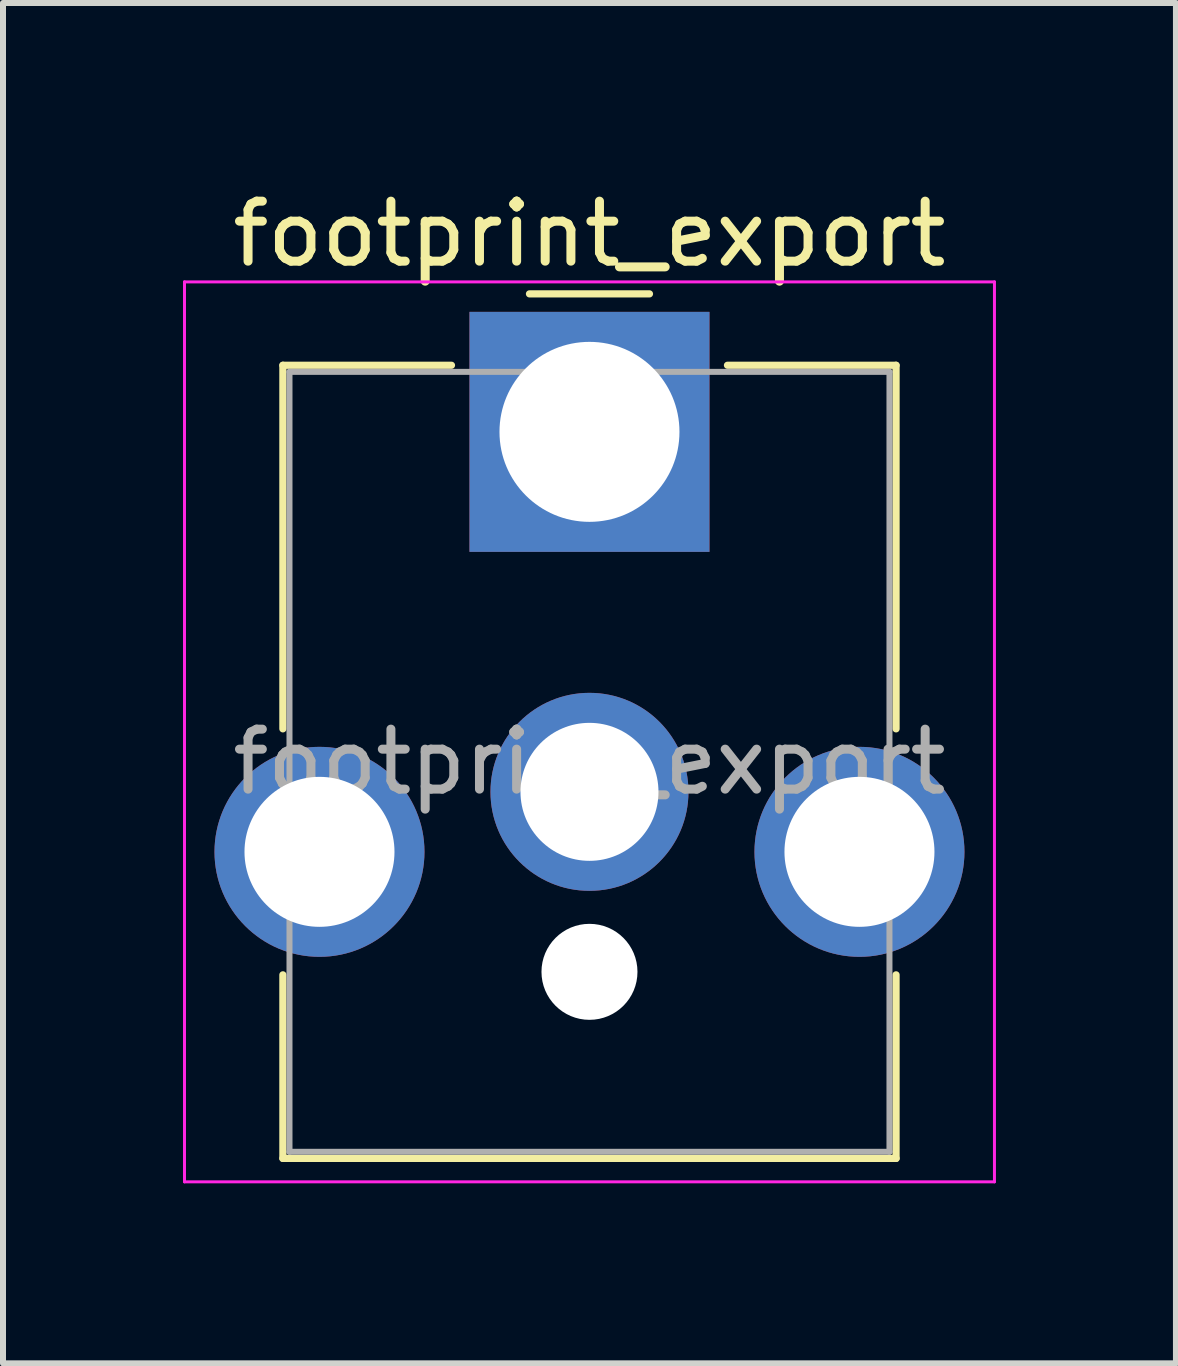
<source format=kicad_pcb>
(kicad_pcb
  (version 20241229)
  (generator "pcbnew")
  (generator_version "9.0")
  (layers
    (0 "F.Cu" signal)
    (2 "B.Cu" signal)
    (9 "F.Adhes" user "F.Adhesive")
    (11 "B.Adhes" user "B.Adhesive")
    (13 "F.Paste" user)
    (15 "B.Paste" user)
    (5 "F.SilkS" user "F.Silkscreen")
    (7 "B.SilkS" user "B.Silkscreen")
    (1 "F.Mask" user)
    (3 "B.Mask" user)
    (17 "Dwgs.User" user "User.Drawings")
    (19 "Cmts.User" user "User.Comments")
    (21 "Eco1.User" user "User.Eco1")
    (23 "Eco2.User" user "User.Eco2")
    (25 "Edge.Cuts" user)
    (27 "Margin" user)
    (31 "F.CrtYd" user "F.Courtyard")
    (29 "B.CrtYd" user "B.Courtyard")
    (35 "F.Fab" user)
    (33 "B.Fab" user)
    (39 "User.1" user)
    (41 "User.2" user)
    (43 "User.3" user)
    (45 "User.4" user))
  (footprint "footprint_export"
    (layer "F.Cu")
    (at 6.775 4.148)
    (property "Reference" "footprint_export" (at 0 -3.3 0) (layer "F.SilkS") (effects (font (size 1 1) (thickness 0.15))))
    (attr through_hole)
    (fp_line (start -5.11 -1.11) (end -2.3 -1.11) (stroke (width 0.12) (type solid)) (layer "F.SilkS"))
    (fp_line (start -5.11 4.95) (end -5.11 -1.11) (stroke (width 0.12) (type solid)) (layer "F.SilkS"))
    (fp_line (start -5.11 12.11) (end -5.11 9.05) (stroke (width 0.12) (type solid)) (layer "F.SilkS"))
    (fp_line (start -1 -2.3) (end 1 -2.3) (stroke (width 0.12) (type solid)) (layer "F.SilkS"))
    (fp_line (start 2.3 -1.11) (end 5.11 -1.11) (stroke (width 0.12) (type solid)) (layer "F.SilkS"))
    (fp_line (start 5.11 -1.11) (end 5.11 4.95) (stroke (width 0.12) (type solid)) (layer "F.SilkS"))
    (fp_line (start 5.11 9.05) (end 5.11 12.11) (stroke (width 0.12) (type solid)) (layer "F.SilkS"))
    (fp_line (start 5.11 12.11) (end -5.11 12.11) (stroke (width 0.12) (type solid)) (layer "F.SilkS"))
    (fp_line (start -6.75 -2.5) (end -6.75 12.5) (stroke (width 0.05) (type solid)) (layer "F.CrtYd"))
    (fp_line (start -6.75 12.5) (end 6.75 12.5) (stroke (width 0.05) (type solid)) (layer "F.CrtYd"))
    (fp_line (start 6.75 -2.5) (end -6.75 -2.5) (stroke (width 0.05) (type solid)) (layer "F.CrtYd"))
    (fp_line (start 6.75 12.5) (end 6.75 -2.5) (stroke (width 0.05) (type solid)) (layer "F.CrtYd"))
    (fp_line (start -5 -1) (end -1 -1) (stroke (width 0.1) (type solid)) (layer "F.Fab"))
    (fp_line (start -5 12) (end -5 -1) (stroke (width 0.1) (type solid)) (layer "F.Fab"))
    (fp_line (start -1 -1) (end 0 0) (stroke (width 0.1) (type solid)) (layer "F.Fab"))
    (fp_line (start 0 0) (end 1 -1) (stroke (width 0.1) (type solid)) (layer "F.Fab"))
    (fp_line (start 1 -1) (end 5 -1) (stroke (width 0.1) (type solid)) (layer "F.Fab"))
    (fp_line (start 5 -1) (end 5 12) (stroke (width 0.1) (type solid)) (layer "F.Fab"))
    (fp_line (start 5 12) (end -5 12) (stroke (width 0.1) (type solid)) (layer "F.Fab"))
    (fp_text user "${REFERENCE}" (at 0 5.5 0) (layer "F.Fab") (effects (font (size 1 1) (thickness 0.15))))
    (pad "" np_thru_hole circle (at 0 9) (size 1.6 1.6) (drill 1.6) (layers "*.Cu" "*.Mask"))
    (pad "1" thru_hole rect (at 0 0) (size 4 4) (drill 3) (layers "*.Cu" "*.Mask"))
    (pad "2" thru_hole circle (at 0 6) (size 3.3 3.3) (drill 2.3) (layers "*.Cu" "*.Mask"))
    (pad "MP" thru_hole circle (at -4.5 7) (size 3.5 3.5) (drill 2.5) (layers "*.Cu" "*.Mask"))
    (pad "MP" thru_hole circle (at 4.5 7) (size 3.5 3.5) (drill 2.5) (layers "*.Cu" "*.Mask")))
  (gr_rect
    (start -3 -3)
    (end 16.55 19.673)
    (stroke (width 0.1) (type default))
    (fill no)
    (layer "Edge.Cuts")))
</source>
